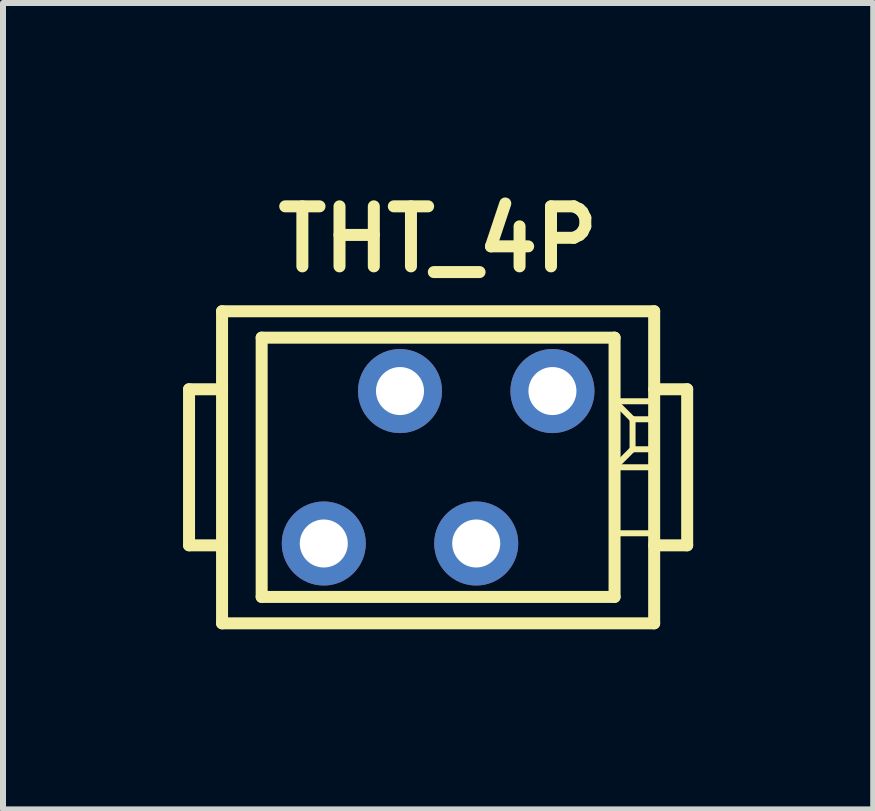
<source format=kicad_pcb>
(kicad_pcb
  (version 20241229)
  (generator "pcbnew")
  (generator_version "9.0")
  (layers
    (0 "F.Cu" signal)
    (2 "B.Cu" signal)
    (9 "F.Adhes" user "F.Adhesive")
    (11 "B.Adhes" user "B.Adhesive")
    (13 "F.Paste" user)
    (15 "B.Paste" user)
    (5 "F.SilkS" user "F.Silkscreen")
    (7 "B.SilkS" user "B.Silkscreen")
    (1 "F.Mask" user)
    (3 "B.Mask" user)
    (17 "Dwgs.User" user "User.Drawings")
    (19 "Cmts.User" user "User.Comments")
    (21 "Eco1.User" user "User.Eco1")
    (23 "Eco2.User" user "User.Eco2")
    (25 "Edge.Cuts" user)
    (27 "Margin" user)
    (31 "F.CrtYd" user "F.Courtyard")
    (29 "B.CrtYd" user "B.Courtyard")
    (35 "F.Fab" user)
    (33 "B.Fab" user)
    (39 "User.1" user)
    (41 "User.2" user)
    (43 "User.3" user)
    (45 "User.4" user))
  (footprint "THT_4P"
    (layer "F.Cu")
    (at 4.25 4.736)
    (property "Reference" "THT_4P" (at 0 -3.8 0) (layer "F.SilkS") (effects (font (size 1 1) (thickness 0.2))))
    (attr through_hole)
    (fp_line (start -4.15 -1.3) (end -4.15 1.3) (stroke (width 0.2) (type solid)) (layer "F.SilkS"))
    (fp_line (start -4.15 1.3) (end -3.6 1.3) (stroke (width 0.2) (type solid)) (layer "F.SilkS"))
    (fp_line (start -3.6 -2.6) (end 3.6 -2.6) (stroke (width 0.2) (type solid)) (layer "F.SilkS"))
    (fp_line (start -3.6 -1.3) (end -4.15 -1.3) (stroke (width 0.2) (type solid)) (layer "F.SilkS"))
    (fp_line (start -3.6 2.6) (end -3.6 -2.6) (stroke (width 0.2) (type solid)) (layer "F.SilkS"))
    (fp_line (start -2.94 -2.16) (end 2.94 -2.16) (stroke (width 0.2) (type solid)) (layer "F.SilkS"))
    (fp_line (start -2.94 2.16) (end -2.94 -2.16) (stroke (width 0.2) (type solid)) (layer "F.SilkS"))
    (fp_line (start 2.94 -2.16) (end 2.94 2.16) (stroke (width 0.2) (type solid)) (layer "F.SilkS"))
    (fp_line (start 2.94 -1.1) (end 3.24 -0.8) (stroke (width 0.1) (type solid)) (layer "F.SilkS"))
    (fp_line (start 2.94 -1.1) (end 3.6 -1.1) (stroke (width 0.1) (type solid)) (layer "F.SilkS"))
    (fp_line (start 2.94 0) (end 3.24 -0.3) (stroke (width 0.1) (type solid)) (layer "F.SilkS"))
    (fp_line (start 2.94 0) (end 3.6 0) (stroke (width 0.1) (type solid)) (layer "F.SilkS"))
    (fp_line (start 2.94 1.1) (end 3.6 1.1) (stroke (width 0.1) (type solid)) (layer "F.SilkS"))
    (fp_line (start 2.94 2.16) (end -2.94 2.16) (stroke (width 0.2) (type solid)) (layer "F.SilkS"))
    (fp_line (start 3.24 -0.8) (end 3.6 -0.8) (stroke (width 0.1) (type solid)) (layer "F.SilkS"))
    (fp_line (start 3.24 -0.3) (end 3.24 -0.8) (stroke (width 0.1) (type solid)) (layer "F.SilkS"))
    (fp_line (start 3.24 -0.3) (end 3.6 -0.3) (stroke (width 0.1) (type solid)) (layer "F.SilkS"))
    (fp_line (start 3.6 -2.6) (end 3.6 2.6) (stroke (width 0.2) (type solid)) (layer "F.SilkS"))
    (fp_line (start 3.6 -1.3) (end 4.15 -1.3) (stroke (width 0.2) (type solid)) (layer "F.SilkS"))
    (fp_line (start 3.6 2.6) (end -3.6 2.6) (stroke (width 0.2) (type solid)) (layer "F.SilkS"))
    (fp_line (start 4.15 -1.3) (end 4.15 1.3) (stroke (width 0.2) (type solid)) (layer "F.SilkS"))
    (fp_line (start 4.15 1.3) (end 3.6 1.3) (stroke (width 0.2) (type solid)) (layer "F.SilkS"))
    (pad "1" thru_hole circle (at 1.905 -1.27) (size 1.4 1.4) (drill 0.8) (layers "*.Cu" "*.Mask"))
    (pad "2" thru_hole circle (at 0.635 1.27) (size 1.4 1.4) (drill 0.8) (layers "*.Cu" "*.Mask"))
    (pad "3" thru_hole circle (at -0.635 -1.27) (size 1.4 1.4) (drill 0.8) (layers "*.Cu" "*.Mask"))
    (pad "4" thru_hole circle (at -1.905 1.27) (size 1.4 1.4) (drill 0.8) (layers "*.Cu" "*.Mask")))
  (gr_rect
    (start -3 -3)
    (end 11.5 10.436)
    (stroke (width 0.1) (type default))
    (fill no)
    (layer "Edge.Cuts")))
</source>
